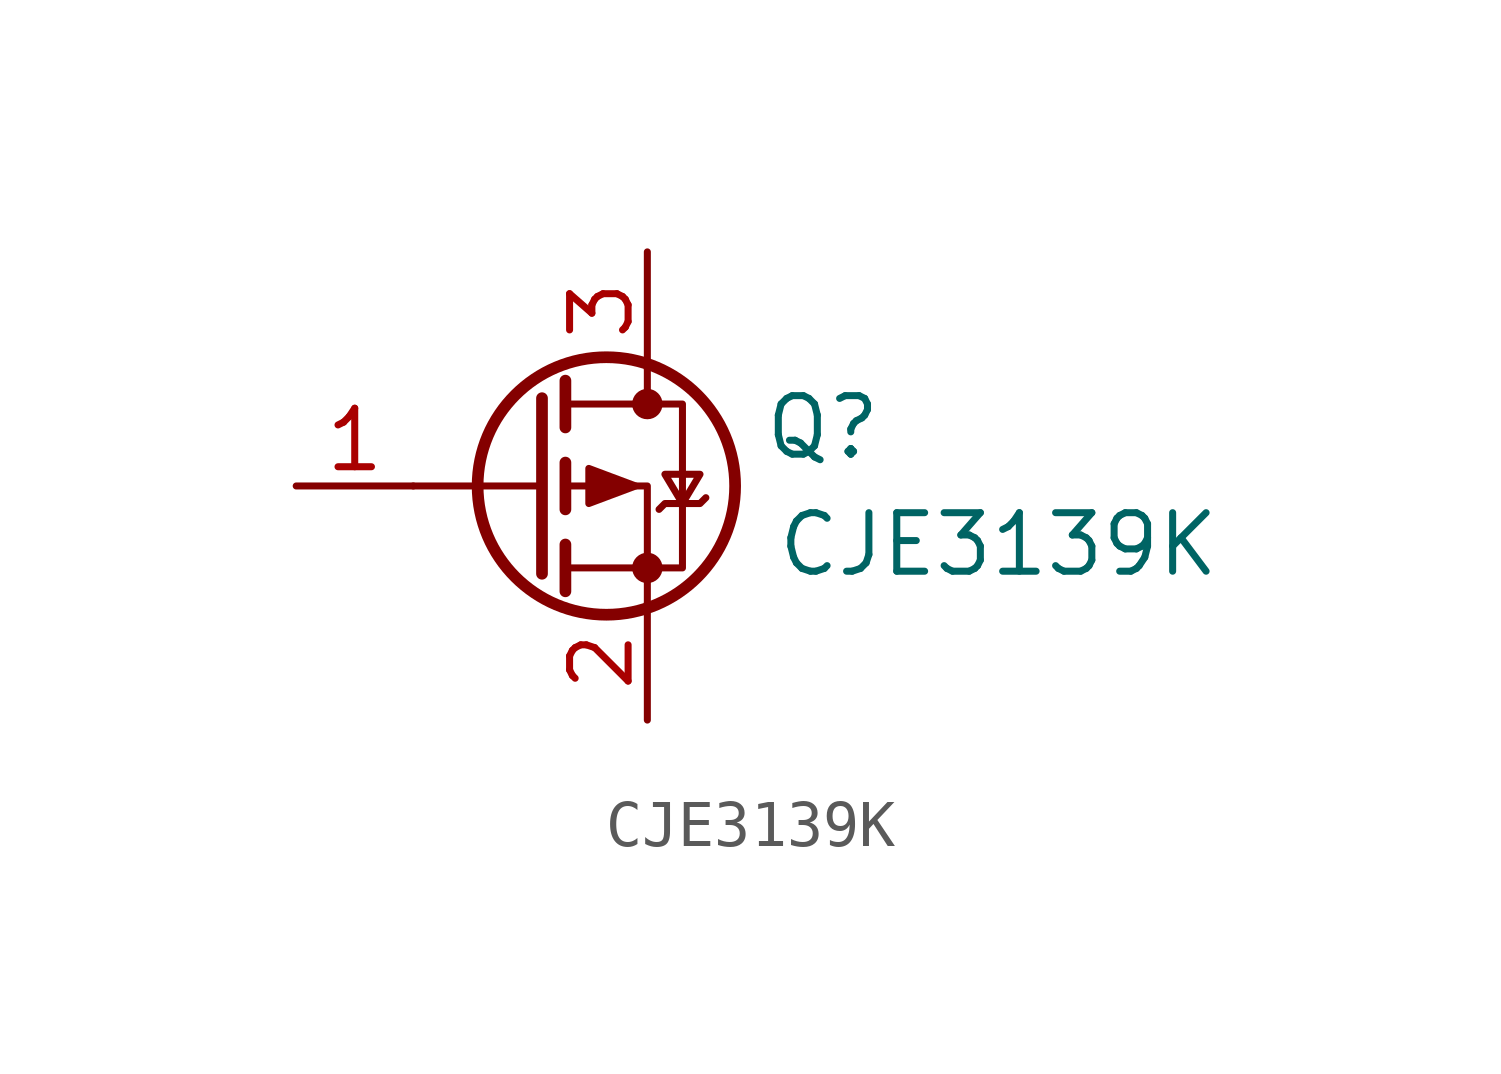
<source format=kicad_sym>
(kicad_symbol_lib
  (version 20220914)
  (generator kicad_symbol_editor)
  (symbol "CJE3139K"
    (property "Reference" "Q"
      (at 3.81 1.27 0)
      (effects (font (size 1.27 1.27))))
    (property "Value" "CJE3139K"
      (at 7.62 -1.27 0)
      (effects (font (size 1.27 1.27))))
    (symbol "CJE3139K_0_1"
      (circle (center -0.889 0) (radius 2.794) (stroke (width 0.254) (type default)) (fill (type none)))
      (circle (center 0 -1.778) (radius 0.254) (stroke (width 0) (type default)) (fill (type outline)))
      (polyline (pts (xy -2.286 0) (xy -5.08 0)) (stroke (width 0) (type default)) (fill (type none)))
      (polyline (pts (xy -2.286 1.905) (xy -2.286 -1.905)) (stroke (width 0.254) (type default)) (fill (type none)))
      (polyline (pts (xy -1.778 -1.27) (xy -1.778 -2.286)) (stroke (width 0.254) (type default)) (fill (type none)))
      (polyline (pts (xy -1.778 0.508) (xy -1.778 -0.508)) (stroke (width 0.254) (type default)) (fill (type none)))
      (polyline (pts (xy -1.778 2.286) (xy -1.778 1.27)) (stroke (width 0.254) (type default)) (fill (type none)))
      (polyline (pts (xy 0 2.54) (xy 0 1.778)) (stroke (width 0) (type default)) (fill (type none)))
      (polyline (pts (xy 0 -2.54) (xy 0 0) (xy -1.778 0)) (stroke (width 0) (type default)) (fill (type none)))
      (polyline (pts (xy -1.778 1.778) (xy 0.762 1.778) (xy 0.762 -1.778) (xy -1.778 -1.778)) (stroke (width 0) (type default)) (fill (type none)))
      (polyline (pts (xy -0.254 0) (xy -1.27 0.381) (xy -1.27 -0.381) (xy -0.254 0)) (stroke (width 0) (type default)) (fill (type outline)))
      (polyline (pts (xy 0.254 -0.508) (xy 0.381 -0.381) (xy 1.143 -0.381) (xy 1.27 -0.254)) (stroke (width 0) (type default)) (fill (type none)))
      (polyline (pts (xy 0.762 -0.381) (xy 0.381 0.254) (xy 1.143 0.254) (xy 0.762 -0.381)) (stroke (width 0) (type default)) (fill (type none)))
      (circle (center 0 1.778) (radius 0.254) (stroke (width 0) (type default)) (fill (type outline))))
    (symbol "CJE3139K_1_1"
      (pin input line (at -7.62 0 0) (length 2.54) (name "" (effects (font (size 1.27 1.27)))) (number "1" (effects (font (size 1.27 1.27)))))
      (pin passive line (at 0 -5.08 90) (length 2.54) (name "" (effects (font (size 1.27 1.27)))) (number "2" (effects (font (size 1.27 1.27)))))
      (pin passive line (at 0 5.08 270) (length 2.54) (name "" (effects (font (size 1.27 1.27)))) (number "3" (effects (font (size 1.27 1.27))))))))
</source>
